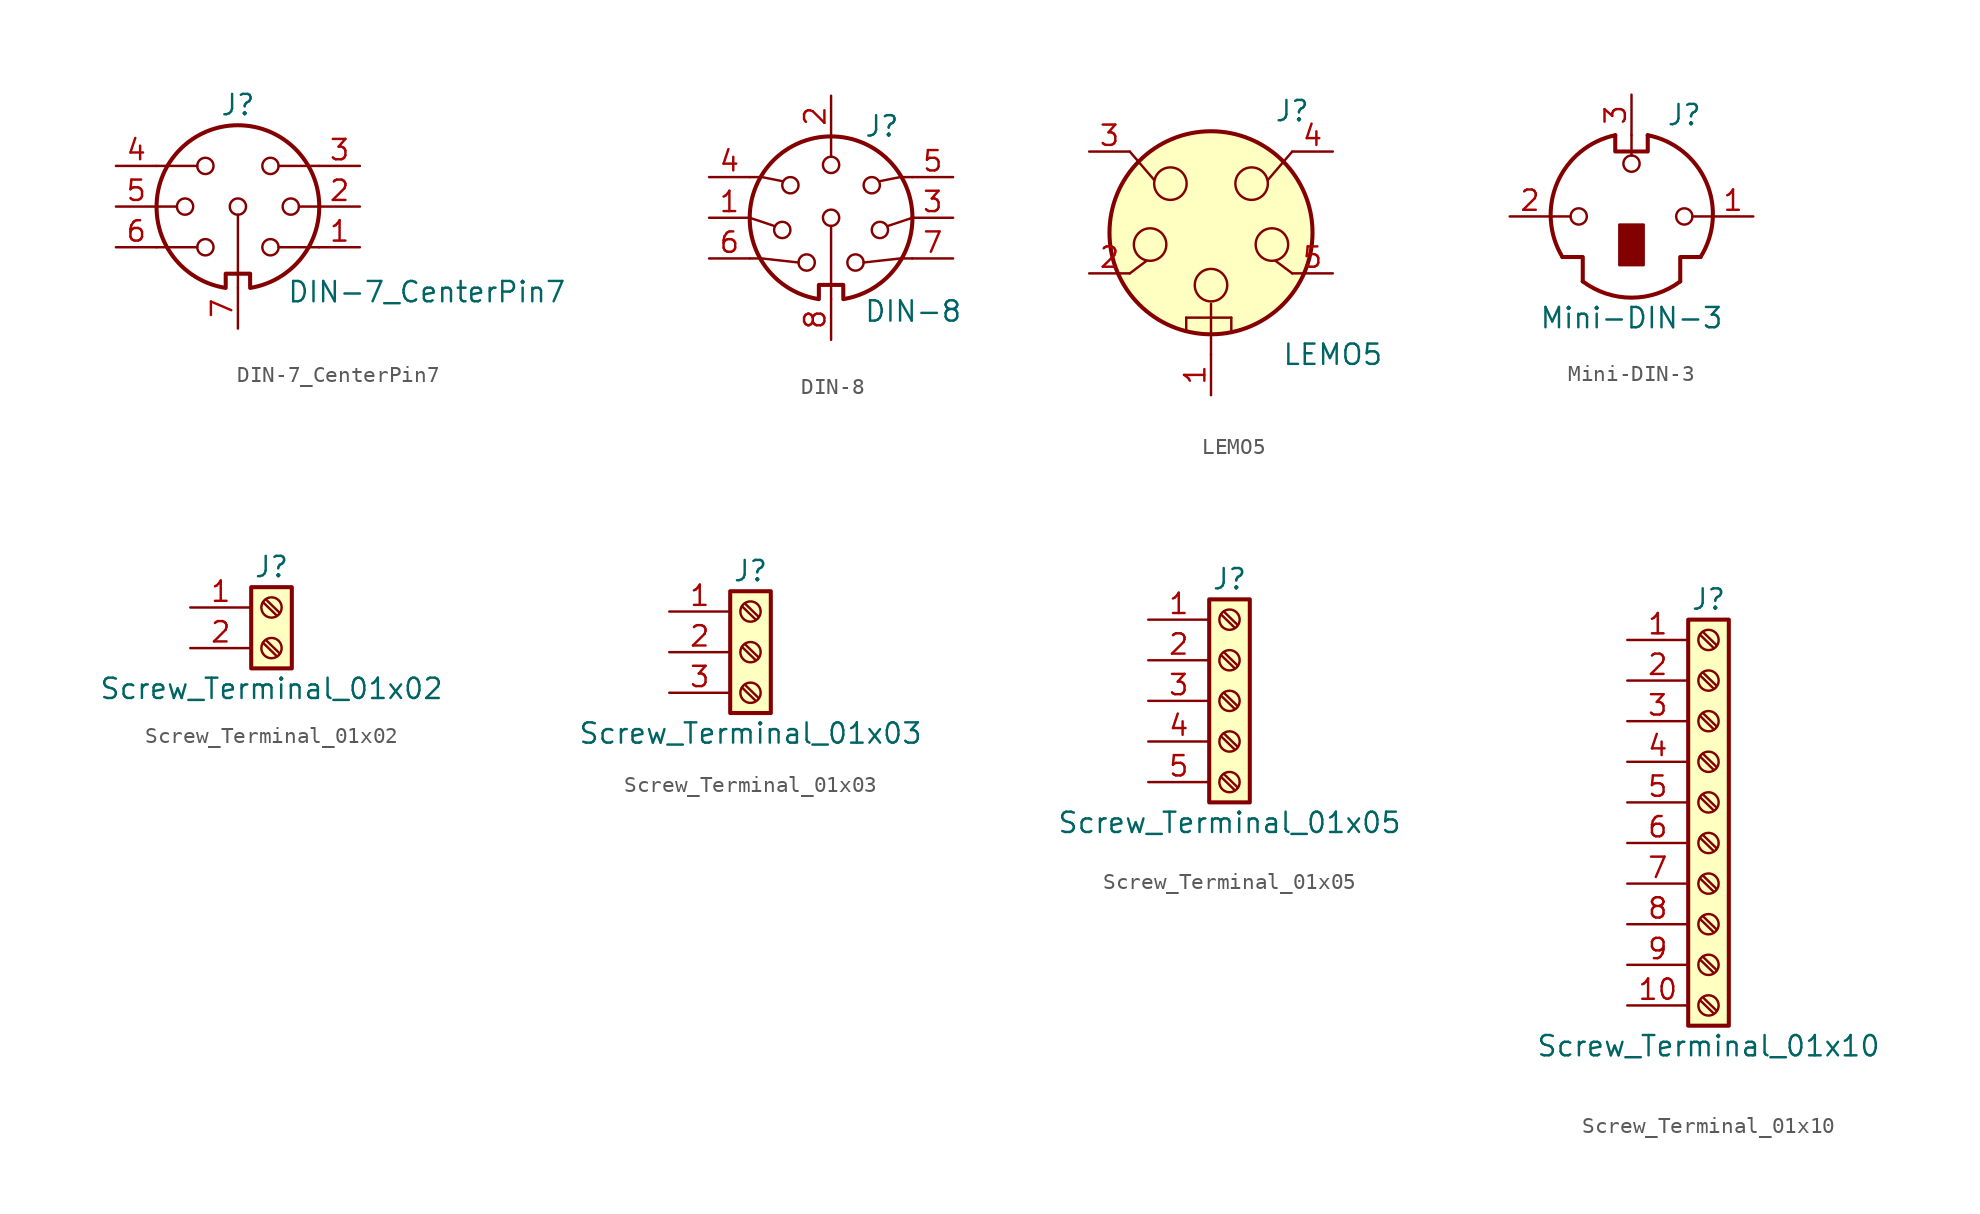
<source format=kicad_sym>
(kicad_symbol_lib
  (version 20201005)
  (generator kicad_symbol_editor)
  (symbol "DIN-7_CenterPin7"
    (pin_names
      (offset 1.016))
    (property "Reference" "J"
      (at 0 6.35 0)
      (effects (font (size 1.27 1.27))))
    (property "Value" "DIN-7_CenterPin7"
      (at 3.048 -5.334 0)
      (effects (font (size 1.27 1.27)) (justify left)))
    (symbol "DIN-7_CenterPin7_0_1"
      (arc (start 0.762 -5.08) (end 5.08 0) (radius (at -0.0254 -0.0254) (length 5.1054) (angles -81.1 0.3)) (stroke (width 0.254)) (fill (type none)))
      (arc (start 5.08 0) (end -5.08 0) (radius (at 0 0) (length 5.08) (angles 0.1 179.9)) (stroke (width 0.254)) (fill (type none)))
      (arc (start -5.08 0) (end -0.762 -5.08) (radius (at 0.0254 -0.0254) (length 5.1054) (angles 179.7 -98.9)) (stroke (width 0.254)) (fill (type none)))
      (circle (center -3.302 0) (radius 0.508) (stroke (width 0)) (fill (type none)))
      (circle (center -2.032 -2.54) (radius 0.508) (stroke (width 0)) (fill (type none)))
      (circle (center -2.032 2.54) (radius 0.508) (stroke (width 0)) (fill (type none)))
      (circle (center 0 0) (radius 0.508) (stroke (width 0)) (fill (type none)))
      (circle (center 2.032 -2.54) (radius 0.508) (stroke (width 0)) (fill (type none)))
      (circle (center 2.032 2.54) (radius 0.508) (stroke (width 0)) (fill (type none)))
      (circle (center 3.302 0) (radius 0.508) (stroke (width 0)) (fill (type none)))
      (polyline (pts (xy -5.08 0) (xy -3.81 0)) (stroke (width 0)) (fill (type none)))
      (polyline (pts (xy 0 -0.508) (xy 0 -5.08)) (stroke (width 0)) (fill (type none)))
      (polyline (pts (xy 5.08 0) (xy 3.81 0)) (stroke (width 0)) (fill (type none)))
      (polyline (pts (xy -5.08 -2.54) (xy -4.318 -2.54) (xy -2.54 -2.54)) (stroke (width 0)) (fill (type none)))
      (polyline (pts (xy -5.08 2.54) (xy -4.318 2.54) (xy -2.54 2.54)) (stroke (width 0)) (fill (type none)))
      (polyline (pts (xy 5.08 -2.54) (xy 4.318 -2.54) (xy 2.54 -2.54)) (stroke (width 0)) (fill (type none)))
      (polyline (pts (xy 5.08 2.54) (xy 4.318 2.54) (xy 2.54 2.54)) (stroke (width 0)) (fill (type none)))
      (polyline (pts (xy -0.762 -4.953) (xy -0.762 -4.191) (xy 0.762 -4.191) (xy 0.762 -4.953)) (stroke (width 0.254)) (fill (type none))))
    (symbol "DIN-7_CenterPin7_1_1"
      (pin passive line (at 7.62 -2.54 180) (length 2.54) (name "~" (effects (font (size 1.27 1.27)))) (number "1" (effects (font (size 1.27 1.27)))))
      (pin passive line (at 7.62 0 180) (length 2.54) (name "~" (effects (font (size 1.27 1.27)))) (number "2" (effects (font (size 1.27 1.27)))))
      (pin passive line (at 7.62 2.54 180) (length 2.54) (name "~" (effects (font (size 1.27 1.27)))) (number "3" (effects (font (size 1.27 1.27)))))
      (pin passive line (at -7.62 2.54 0) (length 2.54) (name "~" (effects (font (size 1.27 1.27)))) (number "4" (effects (font (size 1.27 1.27)))))
      (pin passive line (at -7.62 0 0) (length 2.54) (name "~" (effects (font (size 1.27 1.27)))) (number "5" (effects (font (size 1.27 1.27)))))
      (pin passive line (at -7.62 -2.54 0) (length 2.54) (name "~" (effects (font (size 1.27 1.27)))) (number "6" (effects (font (size 1.27 1.27)))))
      (pin passive line (at 0 -7.62 90) (length 2.54) (name "~" (effects (font (size 1.27 1.27)))) (number "7" (effects (font (size 1.27 1.27)))))))
  (symbol "DIN-8"
    (pin_names
      (offset 1.016))
    (property "Reference" "J"
      (at 3.175 5.715 0)
      (effects (font (size 1.27 1.27))))
    (property "Value" "DIN-8"
      (at 2.032 -5.842 0)
      (effects (font (size 1.27 1.27)) (justify left)))
    (symbol "DIN-8_0_1"
      (arc (start 0.762 -5.08) (end 5.08 0) (radius (at -0.0254 -0.0254) (length 5.1054) (angles -81.1 0.3)) (stroke (width 0.254)) (fill (type none)))
      (arc (start 5.08 0) (end -5.08 0) (radius (at 0 0) (length 5.08) (angles 0.1 179.9)) (stroke (width 0.254)) (fill (type none)))
      (arc (start -5.08 0) (end -0.762 -5.08) (radius (at 0.0254 -0.0254) (length 5.1054) (angles 179.7 -98.9)) (stroke (width 0.254)) (fill (type none)))
      (circle (center -3.048 -0.762) (radius 0.508) (stroke (width 0)) (fill (type none)))
      (circle (center -2.54 2.032) (radius 0.508) (stroke (width 0)) (fill (type none)))
      (circle (center -1.524 -2.794) (radius 0.508) (stroke (width 0)) (fill (type none)))
      (circle (center 0 0) (radius 0.508) (stroke (width 0)) (fill (type none)))
      (circle (center 0 3.302) (radius 0.508) (stroke (width 0)) (fill (type none)))
      (circle (center 1.524 -2.794) (radius 0.508) (stroke (width 0)) (fill (type none)))
      (circle (center 2.54 2.032) (radius 0.508) (stroke (width 0)) (fill (type none)))
      (circle (center 3.048 -0.762) (radius 0.508) (stroke (width 0)) (fill (type none)))
      (polyline (pts (xy -5.08 0) (xy -3.556 -0.508)) (stroke (width 0)) (fill (type none)))
      (polyline (pts (xy 0 -0.508) (xy 0 -5.08)) (stroke (width 0)) (fill (type none)))
      (polyline (pts (xy 0 5.08) (xy 0 3.81)) (stroke (width 0)) (fill (type none)))
      (polyline (pts (xy 5.08 0) (xy 3.556 -0.508)) (stroke (width 0)) (fill (type none)))
      (polyline (pts (xy -5.08 -2.54) (xy -4.318 -2.54) (xy -2.032 -2.794)) (stroke (width 0)) (fill (type none)))
      (polyline (pts (xy -5.08 2.54) (xy -4.318 2.54) (xy -3.048 2.286)) (stroke (width 0)) (fill (type none)))
      (polyline (pts (xy 5.08 -2.54) (xy 4.318 -2.54) (xy 2.032 -2.794)) (stroke (width 0)) (fill (type none)))
      (polyline (pts (xy 5.08 2.54) (xy 4.318 2.54) (xy 3.048 2.286)) (stroke (width 0)) (fill (type none)))
      (polyline (pts (xy -0.762 -4.953) (xy -0.762 -4.191) (xy 0.762 -4.191) (xy 0.762 -4.953)) (stroke (width 0.254)) (fill (type none))))
    (symbol "DIN-8_1_1"
      (pin passive line (at -7.62 0 0) (length 2.54) (name "~" (effects (font (size 1.27 1.27)))) (number "1" (effects (font (size 1.27 1.27)))))
      (pin passive line (at 0 7.62 270) (length 2.54) (name "~" (effects (font (size 1.27 1.27)))) (number "2" (effects (font (size 1.27 1.27)))))
      (pin passive line (at 7.62 0 180) (length 2.54) (name "~" (effects (font (size 1.27 1.27)))) (number "3" (effects (font (size 1.27 1.27)))))
      (pin passive line (at -7.62 2.54 0) (length 2.54) (name "~" (effects (font (size 1.27 1.27)))) (number "4" (effects (font (size 1.27 1.27)))))
      (pin passive line (at 7.62 2.54 180) (length 2.54) (name "~" (effects (font (size 1.27 1.27)))) (number "5" (effects (font (size 1.27 1.27)))))
      (pin passive line (at -7.62 -2.54 0) (length 2.54) (name "~" (effects (font (size 1.27 1.27)))) (number "6" (effects (font (size 1.27 1.27)))))
      (pin passive line (at 7.62 -2.54 180) (length 2.54) (name "~" (effects (font (size 1.27 1.27)))) (number "7" (effects (font (size 1.27 1.27)))))
      (pin passive line (at 0 -7.62 90) (length 2.54) (name "~" (effects (font (size 1.27 1.27)))) (number "8" (effects (font (size 1.27 1.27)))))))
  (symbol "LEMO5"
    (pin_names
      (offset 1.016) hide)
    (property "Reference" "J"
      (at 5.08 7.62 0)
      (effects (font (size 1.27 1.27))))
    (property "Value" "LEMO5"
      (at 7.62 -7.62 0)
      (effects (font (size 1.27 1.27))))
    (symbol "LEMO5_0_1"
      (circle (center -3.81 -0.737) (radius 1.016) (stroke (width 0)) (fill (type none)))
      (circle (center -2.54 3.073) (radius 1.016) (stroke (width 0)) (fill (type none)))
      (circle (center 0 -3.277) (radius 1.016) (stroke (width 0)) (fill (type none)))
      (circle (center 0 0) (radius 6.35) (stroke (width 0.254)) (fill (type background)))
      (circle (center 2.54 3.073) (radius 1.016) (stroke (width 0)) (fill (type none)))
      (circle (center 3.81 -0.737) (radius 1.016) (stroke (width 0)) (fill (type none)))
      (polyline (pts (xy -5.08 -2.54) (xy -4.064 -1.778)) (stroke (width 0)) (fill (type none)))
      (polyline (pts (xy -5.08 5.08) (xy -3.556 3.302)) (stroke (width 0)) (fill (type none)))
      (polyline (pts (xy -1.549 -6.096) (xy -1.549 -5.309)) (stroke (width 0)) (fill (type none)))
      (polyline (pts (xy -1.549 -5.309) (xy 1.27 -5.309)) (stroke (width 0)) (fill (type none)))
      (polyline (pts (xy 0 -7.62) (xy 0 -4.445)) (stroke (width 0)) (fill (type none)))
      (polyline (pts (xy 1.27 -5.309) (xy 1.27 -6.096)) (stroke (width 0)) (fill (type none)))
      (polyline (pts (xy 5.08 -2.54) (xy 4.064 -1.778)) (stroke (width 0)) (fill (type none)))
      (polyline (pts (xy 5.08 5.08) (xy 3.556 3.302)) (stroke (width 0)) (fill (type none))))
    (symbol "LEMO5_1_1"
      (pin passive line (at 0 -10.16 90) (length 2.54) (name "~" (effects (font (size 1.27 1.27)))) (number "1" (effects (font (size 1.27 1.27)))))
      (pin passive line (at -7.62 -2.54 0) (length 2.54) (name "~" (effects (font (size 1.27 1.27)))) (number "2" (effects (font (size 1.27 1.27)))))
      (pin passive line (at -7.62 5.08 0) (length 2.54) (name "~" (effects (font (size 1.27 1.27)))) (number "3" (effects (font (size 1.27 1.27)))))
      (pin passive line (at 7.62 5.08 180) (length 2.54) (name "~" (effects (font (size 1.27 1.27)))) (number "4" (effects (font (size 1.27 1.27)))))
      (pin passive line (at 7.62 -2.54 180) (length 2.54) (name "~" (effects (font (size 1.27 1.27)))) (number "5" (effects (font (size 1.27 1.27)))))))
  (symbol "Mini-DIN-3"
    (pin_names
      (offset 1.016))
    (property "Reference" "J"
      (at 3.302 6.35 0)
      (effects (font (size 1.27 1.27))))
    (property "Value" "Mini-DIN-3"
      (at 0 -6.35 0)
      (effects (font (size 1.27 1.27))))
    (symbol "Mini-DIN-3_0_1"
      (arc (start -3.048 -4.064) (end 3.048 -4.064) (radius (at 0 0) (length 5.08) (angles -126.9 -53.1)) (stroke (width 0.254)) (fill (type none)))
      (arc (start -1.016 5.08) (end -4.318 -2.54) (radius (at 0.0508 0.1016) (length 5.08) (angles 102.1 -148.8)) (stroke (width 0.254)) (fill (type none)))
      (arc (start 4.318 -2.54) (end 1.016 5.08) (radius (at 0.0508 0.127) (length 5.0292) (angles -32 79)) (stroke (width 0.254)) (fill (type none)))
      (circle (center -3.302 0) (radius 0.508) (stroke (width 0)) (fill (type none)))
      (circle (center 0 3.302) (radius 0.508) (stroke (width 0)) (fill (type none)))
      (circle (center 3.302 0) (radius 0.508) (stroke (width 0)) (fill (type none)))
      (rectangle (start -0.762 -0.508) (end 0.762 -3.048) (stroke (width 0)) (fill (type outline)))
      (polyline (pts (xy -3.81 0) (xy -5.08 0)) (stroke (width 0)) (fill (type none)))
      (polyline (pts (xy 0 3.81) (xy 0 5.08)) (stroke (width 0)) (fill (type none)))
      (polyline (pts (xy 5.08 0) (xy 3.81 0)) (stroke (width 0)) (fill (type none)))
      (polyline (pts (xy -4.318 -2.54) (xy -3.048 -2.54) (xy -3.048 -4.064)) (stroke (width 0.254)) (fill (type none)))
      (polyline (pts (xy 4.318 -2.54) (xy 3.048 -2.54) (xy 3.048 -4.064)) (stroke (width 0.254)) (fill (type none)))
      (polyline (pts (xy -1.016 5.08) (xy -1.016 4.064) (xy 1.016 4.064) (xy 1.016 5.08)) (stroke (width 0.254)) (fill (type none))))
    (symbol "Mini-DIN-3_1_1"
      (pin passive line (at 7.62 0 180) (length 2.54) (name "~" (effects (font (size 1.27 1.27)))) (number "1" (effects (font (size 1.27 1.27)))))
      (pin passive line (at -7.62 0 0) (length 2.54) (name "~" (effects (font (size 1.27 1.27)))) (number "2" (effects (font (size 1.27 1.27)))))
      (pin passive line (at 0 7.62 270) (length 2.54) (name "~" (effects (font (size 1.27 1.27)))) (number "3" (effects (font (size 1.27 1.27)))))))
  (symbol "Screw_Terminal_01x02"
    (pin_names
      (offset 1.016) hide)
    (property "Reference" "J"
      (at 0 2.54 0)
      (effects (font (size 1.27 1.27))))
    (property "Value" "Screw_Terminal_01x02"
      (at 0 -5.08 0)
      (effects (font (size 1.27 1.27))))
    (symbol "Screw_Terminal_01x02_1_1"
      (circle (center 0 -2.54) (radius 0.635) (stroke (width 0.152)) (fill (type none)))
      (circle (center 0 0) (radius 0.635) (stroke (width 0.152)) (fill (type none)))
      (rectangle (start -1.27 1.27) (end 1.27 -3.81) (stroke (width 0.254)) (fill (type background)))
      (polyline (pts (xy -0.533 -2.21) (xy 0.33 -3.048)) (stroke (width 0.152)) (fill (type none)))
      (polyline (pts (xy -0.533 0.33) (xy 0.33 -0.508)) (stroke (width 0.152)) (fill (type none)))
      (polyline (pts (xy -0.356 -2.032) (xy 0.508 -2.87)) (stroke (width 0.152)) (fill (type none)))
      (polyline (pts (xy -0.356 0.508) (xy 0.508 -0.33)) (stroke (width 0.152)) (fill (type none)))
      (pin passive line (at -5.08 0 0) (length 3.81) (name "Pin_1" (effects (font (size 1.27 1.27)))) (number "1" (effects (font (size 1.27 1.27)))))
      (pin passive line (at -5.08 -2.54 0) (length 3.81) (name "Pin_2" (effects (font (size 1.27 1.27)))) (number "2" (effects (font (size 1.27 1.27)))))))
  (symbol "Screw_Terminal_01x03"
    (pin_names
      (offset 1.016) hide)
    (property "Reference" "J"
      (at 0 5.08 0)
      (effects (font (size 1.27 1.27))))
    (property "Value" "Screw_Terminal_01x03"
      (at 0 -5.08 0)
      (effects (font (size 1.27 1.27))))
    (symbol "Screw_Terminal_01x03_1_1"
      (circle (center 0 -2.54) (radius 0.635) (stroke (width 0.152)) (fill (type none)))
      (circle (center 0 0) (radius 0.635) (stroke (width 0.152)) (fill (type none)))
      (circle (center 0 2.54) (radius 0.635) (stroke (width 0.152)) (fill (type none)))
      (rectangle (start -1.27 3.81) (end 1.27 -3.81) (stroke (width 0.254)) (fill (type background)))
      (polyline (pts (xy -0.533 -2.21) (xy 0.33 -3.048)) (stroke (width 0.152)) (fill (type none)))
      (polyline (pts (xy -0.533 0.33) (xy 0.33 -0.508)) (stroke (width 0.152)) (fill (type none)))
      (polyline (pts (xy -0.533 2.87) (xy 0.33 2.032)) (stroke (width 0.152)) (fill (type none)))
      (polyline (pts (xy -0.356 -2.032) (xy 0.508 -2.87)) (stroke (width 0.152)) (fill (type none)))
      (polyline (pts (xy -0.356 0.508) (xy 0.508 -0.33)) (stroke (width 0.152)) (fill (type none)))
      (polyline (pts (xy -0.356 3.048) (xy 0.508 2.21)) (stroke (width 0.152)) (fill (type none)))
      (pin passive line (at -5.08 2.54 0) (length 3.81) (name "Pin_1" (effects (font (size 1.27 1.27)))) (number "1" (effects (font (size 1.27 1.27)))))
      (pin passive line (at -5.08 0 0) (length 3.81) (name "Pin_2" (effects (font (size 1.27 1.27)))) (number "2" (effects (font (size 1.27 1.27)))))
      (pin passive line (at -5.08 -2.54 0) (length 3.81) (name "Pin_3" (effects (font (size 1.27 1.27)))) (number "3" (effects (font (size 1.27 1.27)))))))
  (symbol "Screw_Terminal_01x05"
    (pin_names
      (offset 1.016) hide)
    (property "Reference" "J"
      (at 0 7.62 0)
      (effects (font (size 1.27 1.27))))
    (property "Value" "Screw_Terminal_01x05"
      (at 0 -7.62 0)
      (effects (font (size 1.27 1.27))))
    (symbol "Screw_Terminal_01x05_1_1"
      (circle (center 0 -5.08) (radius 0.635) (stroke (width 0.152)) (fill (type none)))
      (circle (center 0 -2.54) (radius 0.635) (stroke (width 0.152)) (fill (type none)))
      (circle (center 0 0) (radius 0.635) (stroke (width 0.152)) (fill (type none)))
      (circle (center 0 2.54) (radius 0.635) (stroke (width 0.152)) (fill (type none)))
      (circle (center 0 5.08) (radius 0.635) (stroke (width 0.152)) (fill (type none)))
      (rectangle (start -1.27 6.35) (end 1.27 -6.35) (stroke (width 0.254)) (fill (type background)))
      (polyline (pts (xy -0.533 -4.75) (xy 0.33 -5.588)) (stroke (width 0.152)) (fill (type none)))
      (polyline (pts (xy -0.533 -2.21) (xy 0.33 -3.048)) (stroke (width 0.152)) (fill (type none)))
      (polyline (pts (xy -0.533 0.33) (xy 0.33 -0.508)) (stroke (width 0.152)) (fill (type none)))
      (polyline (pts (xy -0.533 2.87) (xy 0.33 2.032)) (stroke (width 0.152)) (fill (type none)))
      (polyline (pts (xy -0.533 5.41) (xy 0.33 4.572)) (stroke (width 0.152)) (fill (type none)))
      (polyline (pts (xy -0.356 -4.572) (xy 0.508 -5.41)) (stroke (width 0.152)) (fill (type none)))
      (polyline (pts (xy -0.356 -2.032) (xy 0.508 -2.87)) (stroke (width 0.152)) (fill (type none)))
      (polyline (pts (xy -0.356 0.508) (xy 0.508 -0.33)) (stroke (width 0.152)) (fill (type none)))
      (polyline (pts (xy -0.356 3.048) (xy 0.508 2.21)) (stroke (width 0.152)) (fill (type none)))
      (polyline (pts (xy -0.356 5.588) (xy 0.508 4.75)) (stroke (width 0.152)) (fill (type none)))
      (pin passive line (at -5.08 5.08 0) (length 3.81) (name "Pin_1" (effects (font (size 1.27 1.27)))) (number "1" (effects (font (size 1.27 1.27)))))
      (pin passive line (at -5.08 2.54 0) (length 3.81) (name "Pin_2" (effects (font (size 1.27 1.27)))) (number "2" (effects (font (size 1.27 1.27)))))
      (pin passive line (at -5.08 0 0) (length 3.81) (name "Pin_3" (effects (font (size 1.27 1.27)))) (number "3" (effects (font (size 1.27 1.27)))))
      (pin passive line (at -5.08 -2.54 0) (length 3.81) (name "Pin_4" (effects (font (size 1.27 1.27)))) (number "4" (effects (font (size 1.27 1.27)))))
      (pin passive line (at -5.08 -5.08 0) (length 3.81) (name "Pin_5" (effects (font (size 1.27 1.27)))) (number "5" (effects (font (size 1.27 1.27)))))))
  (symbol "Screw_Terminal_01x10"
    (pin_names
      (offset 1.016) hide)
    (property "Reference" "J"
      (at 0 12.7 0)
      (effects (font (size 1.27 1.27))))
    (property "Value" "Screw_Terminal_01x10"
      (at 0 -15.24 0)
      (effects (font (size 1.27 1.27))))
    (symbol "Screw_Terminal_01x10_1_1"
      (circle (center 0 -12.7) (radius 0.635) (stroke (width 0.152)) (fill (type none)))
      (circle (center 0 -10.16) (radius 0.635) (stroke (width 0.152)) (fill (type none)))
      (circle (center 0 -7.62) (radius 0.635) (stroke (width 0.152)) (fill (type none)))
      (circle (center 0 -5.08) (radius 0.635) (stroke (width 0.152)) (fill (type none)))
      (circle (center 0 -2.54) (radius 0.635) (stroke (width 0.152)) (fill (type none)))
      (circle (center 0 0) (radius 0.635) (stroke (width 0.152)) (fill (type none)))
      (circle (center 0 2.54) (radius 0.635) (stroke (width 0.152)) (fill (type none)))
      (circle (center 0 5.08) (radius 0.635) (stroke (width 0.152)) (fill (type none)))
      (circle (center 0 7.62) (radius 0.635) (stroke (width 0.152)) (fill (type none)))
      (circle (center 0 10.16) (radius 0.635) (stroke (width 0.152)) (fill (type none)))
      (rectangle (start -1.27 11.43) (end 1.27 -13.97) (stroke (width 0.254)) (fill (type background)))
      (polyline (pts (xy -0.533 -12.37) (xy 0.33 -13.208)) (stroke (width 0.152)) (fill (type none)))
      (polyline (pts (xy -0.533 -9.83) (xy 0.33 -10.668)) (stroke (width 0.152)) (fill (type none)))
      (polyline (pts (xy -0.533 -7.29) (xy 0.33 -8.128)) (stroke (width 0.152)) (fill (type none)))
      (polyline (pts (xy -0.533 -4.75) (xy 0.33 -5.588)) (stroke (width 0.152)) (fill (type none)))
      (polyline (pts (xy -0.533 -2.21) (xy 0.33 -3.048)) (stroke (width 0.152)) (fill (type none)))
      (polyline (pts (xy -0.533 0.33) (xy 0.33 -0.508)) (stroke (width 0.152)) (fill (type none)))
      (polyline (pts (xy -0.533 2.87) (xy 0.33 2.032)) (stroke (width 0.152)) (fill (type none)))
      (polyline (pts (xy -0.533 5.41) (xy 0.33 4.572)) (stroke (width 0.152)) (fill (type none)))
      (polyline (pts (xy -0.533 7.95) (xy 0.33 7.112)) (stroke (width 0.152)) (fill (type none)))
      (polyline (pts (xy -0.533 10.49) (xy 0.33 9.652)) (stroke (width 0.152)) (fill (type none)))
      (polyline (pts (xy -0.356 -12.192) (xy 0.508 -13.03)) (stroke (width 0.152)) (fill (type none)))
      (polyline (pts (xy -0.356 -9.652) (xy 0.508 -10.49)) (stroke (width 0.152)) (fill (type none)))
      (polyline (pts (xy -0.356 -7.112) (xy 0.508 -7.95)) (stroke (width 0.152)) (fill (type none)))
      (polyline (pts (xy -0.356 -4.572) (xy 0.508 -5.41)) (stroke (width 0.152)) (fill (type none)))
      (polyline (pts (xy -0.356 -2.032) (xy 0.508 -2.87)) (stroke (width 0.152)) (fill (type none)))
      (polyline (pts (xy -0.356 0.508) (xy 0.508 -0.33)) (stroke (width 0.152)) (fill (type none)))
      (polyline (pts (xy -0.356 3.048) (xy 0.508 2.21)) (stroke (width 0.152)) (fill (type none)))
      (polyline (pts (xy -0.356 5.588) (xy 0.508 4.75)) (stroke (width 0.152)) (fill (type none)))
      (polyline (pts (xy -0.356 8.128) (xy 0.508 7.29)) (stroke (width 0.152)) (fill (type none)))
      (polyline (pts (xy -0.356 10.668) (xy 0.508 9.83)) (stroke (width 0.152)) (fill (type none)))
      (pin passive line (at -5.08 10.16 0) (length 3.81) (name "Pin_1" (effects (font (size 1.27 1.27)))) (number "1" (effects (font (size 1.27 1.27)))))
      (pin passive line (at -5.08 -12.7 0) (length 3.81) (name "Pin_10" (effects (font (size 1.27 1.27)))) (number "10" (effects (font (size 1.27 1.27)))))
      (pin passive line (at -5.08 7.62 0) (length 3.81) (name "Pin_2" (effects (font (size 1.27 1.27)))) (number "2" (effects (font (size 1.27 1.27)))))
      (pin passive line (at -5.08 5.08 0) (length 3.81) (name "Pin_3" (effects (font (size 1.27 1.27)))) (number "3" (effects (font (size 1.27 1.27)))))
      (pin passive line (at -5.08 2.54 0) (length 3.81) (name "Pin_4" (effects (font (size 1.27 1.27)))) (number "4" (effects (font (size 1.27 1.27)))))
      (pin passive line (at -5.08 0 0) (length 3.81) (name "Pin_5" (effects (font (size 1.27 1.27)))) (number "5" (effects (font (size 1.27 1.27)))))
      (pin passive line (at -5.08 -2.54 0) (length 3.81) (name "Pin_6" (effects (font (size 1.27 1.27)))) (number "6" (effects (font (size 1.27 1.27)))))
      (pin passive line (at -5.08 -5.08 0) (length 3.81) (name "Pin_7" (effects (font (size 1.27 1.27)))) (number "7" (effects (font (size 1.27 1.27)))))
      (pin passive line (at -5.08 -7.62 0) (length 3.81) (name "Pin_8" (effects (font (size 1.27 1.27)))) (number "8" (effects (font (size 1.27 1.27)))))
      (pin passive line (at -5.08 -10.16 0) (length 3.81) (name "Pin_9" (effects (font (size 1.27 1.27)))) (number "9" (effects (font (size 1.27 1.27))))))))
</source>
